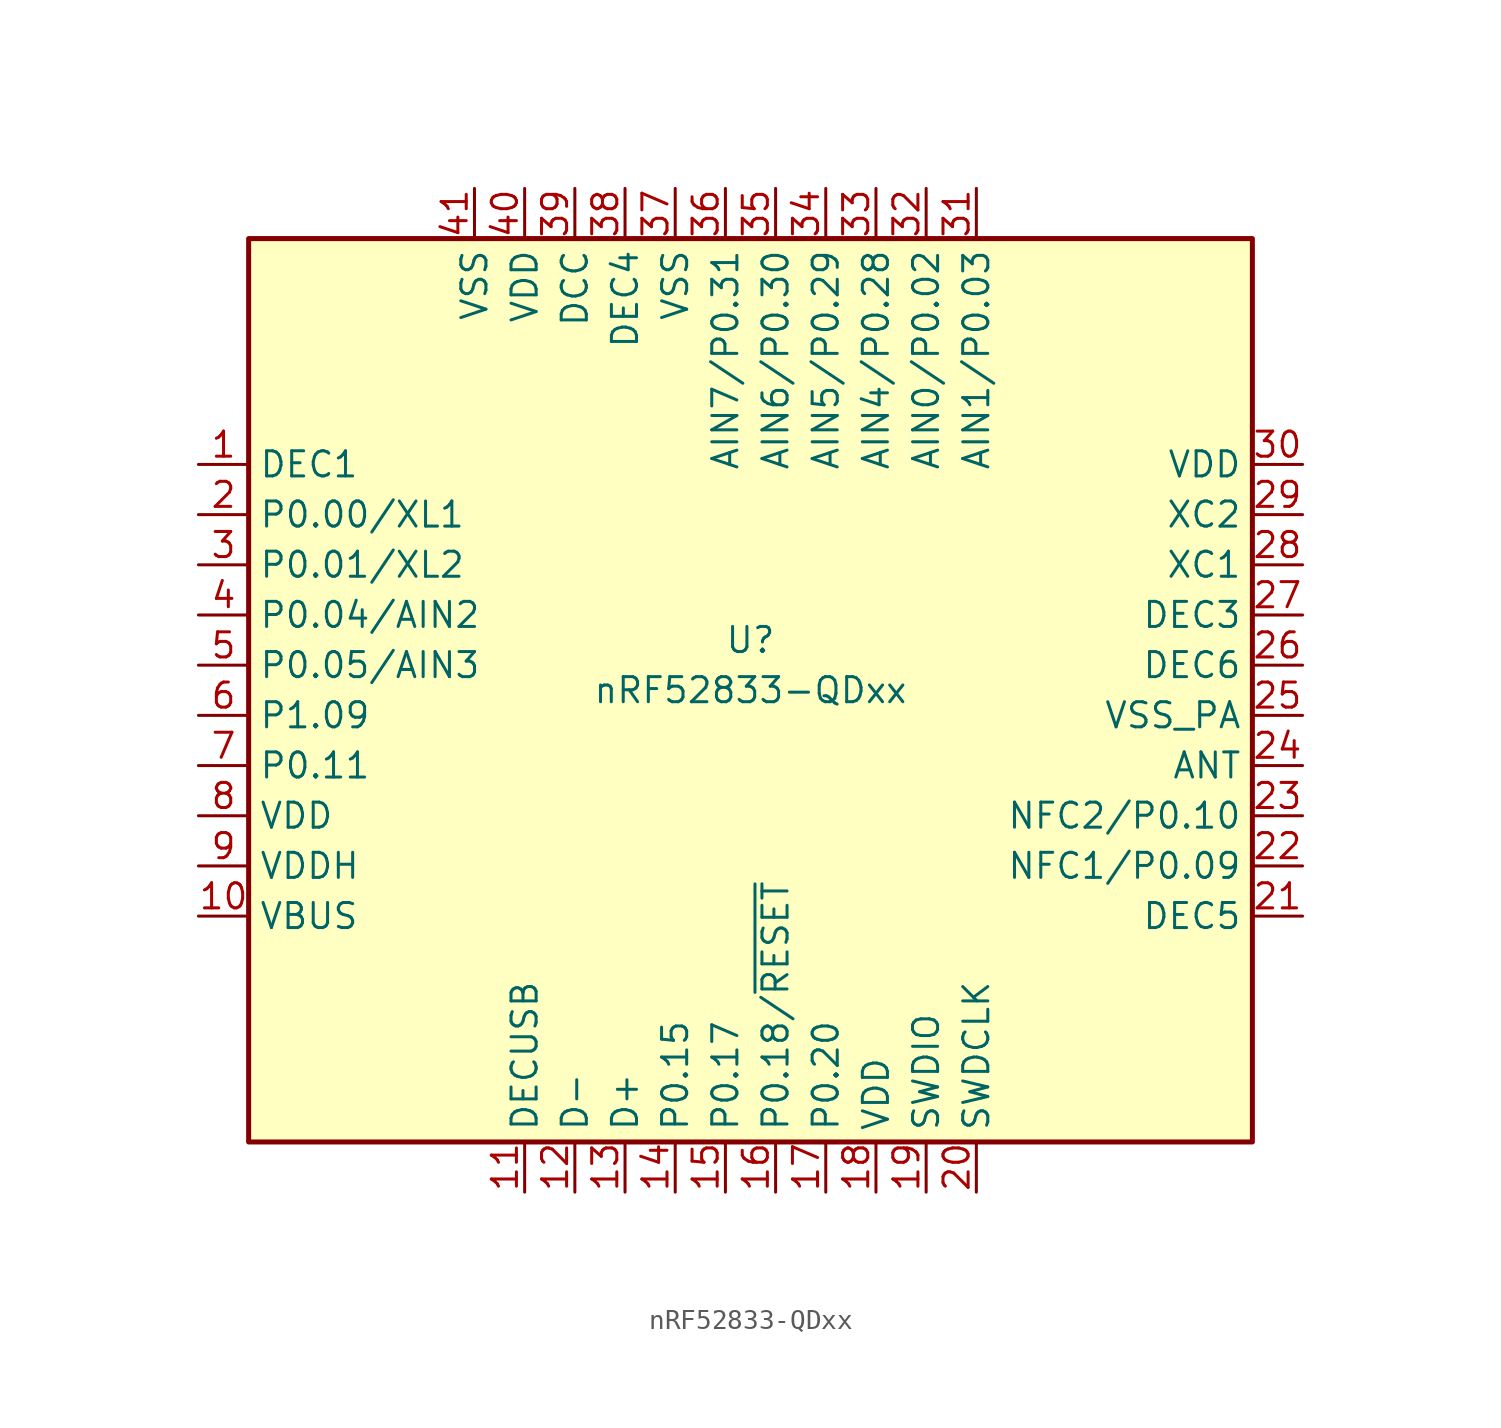
<source format=kicad_sym>
(kicad_symbol_lib
  (version 20231120)
  (generator "kicad_symbol_editor")
  (generator_version "8.0")
  (symbol "nRF52833-QDxx"
    (property "Reference" "U"
      (at 0 2.54 0)
      (effects (font (size 1.27 1.27))))
    (property "Value" "nRF52833-QDxx"
      (at 0 0 0)
      (effects (font (size 1.27 1.27))))
    (symbol "nRF52833-QDxx_0_1"
      (rectangle (start -25.4 22.86) (end 25.4 -22.86) (stroke (width 0.254) (type default)) (fill (type background))))
    (symbol "nRF52833-QDxx_1_1"
      (pin passive line (at -27.94 11.43 0) (length 2.54) (name "DEC1" (effects (font (size 1.27 1.27)))) (number "1" (effects (font (size 1.27 1.27)))))
      (pin power_in line (at -27.94 -11.43 0) (length 2.54) (name "VBUS" (effects (font (size 1.27 1.27)))) (number "10" (effects (font (size 1.27 1.27)))))
      (pin passive line (at -11.43 -25.4 90) (length 2.54) (name "DECUSB" (effects (font (size 1.27 1.27)))) (number "11" (effects (font (size 1.27 1.27)))))
      (pin bidirectional line (at -8.89 -25.4 90) (length 2.54) (name "D-" (effects (font (size 1.27 1.27)))) (number "12" (effects (font (size 1.27 1.27)))))
      (pin bidirectional line (at -6.35 -25.4 90) (length 2.54) (name "D+" (effects (font (size 1.27 1.27)))) (number "13" (effects (font (size 1.27 1.27)))))
      (pin bidirectional line (at -3.81 -25.4 90) (length 2.54) (name "P0.15" (effects (font (size 1.27 1.27)))) (number "14" (effects (font (size 1.27 1.27)))))
      (pin bidirectional line (at -1.27 -25.4 90) (length 2.54) (name "P0.17" (effects (font (size 1.27 1.27)))) (number "15" (effects (font (size 1.27 1.27)))))
      (pin bidirectional line (at 1.27 -25.4 90) (length 2.54) (name "P0.18/~{RESET}" (effects (font (size 1.27 1.27)))) (number "16" (effects (font (size 1.27 1.27)))))
      (pin bidirectional line (at 3.81 -25.4 90) (length 2.54) (name "P0.20" (effects (font (size 1.27 1.27)))) (number "17" (effects (font (size 1.27 1.27)))))
      (pin power_in line (at 6.35 -25.4 90) (length 2.54) (name "VDD" (effects (font (size 1.27 1.27)))) (number "18" (effects (font (size 1.27 1.27)))))
      (pin bidirectional line (at 8.89 -25.4 90) (length 2.54) (name "SWDIO" (effects (font (size 1.27 1.27)))) (number "19" (effects (font (size 1.27 1.27)))))
      (pin bidirectional line (at -27.94 8.89 0) (length 2.54) (name "P0.00/XL1" (effects (font (size 1.27 1.27)))) (number "2" (effects (font (size 1.27 1.27)))))
      (pin input line (at 11.43 -25.4 90) (length 2.54) (name "SWDCLK" (effects (font (size 1.27 1.27)))) (number "20" (effects (font (size 1.27 1.27)))))
      (pin passive line (at 27.94 -11.43 180) (length 2.54) (name "DEC5" (effects (font (size 1.27 1.27)))) (number "21" (effects (font (size 1.27 1.27)))))
      (pin bidirectional line (at 27.94 -8.89 180) (length 2.54) (name "NFC1/P0.09" (effects (font (size 1.27 1.27)))) (number "22" (effects (font (size 1.27 1.27)))))
      (pin bidirectional line (at 27.94 -6.35 180) (length 2.54) (name "NFC2/P0.10" (effects (font (size 1.27 1.27)))) (number "23" (effects (font (size 1.27 1.27)))))
      (pin passive line (at 27.94 -3.81 180) (length 2.54) (name "ANT" (effects (font (size 1.27 1.27)))) (number "24" (effects (font (size 1.27 1.27)))))
      (pin power_in line (at 27.94 -1.27 180) (length 2.54) (name "VSS_PA" (effects (font (size 1.27 1.27)))) (number "25" (effects (font (size 1.27 1.27)))))
      (pin passive line (at 27.94 1.27 180) (length 2.54) (name "DEC6" (effects (font (size 1.27 1.27)))) (number "26" (effects (font (size 1.27 1.27)))))
      (pin passive line (at 27.94 3.81 180) (length 2.54) (name "DEC3" (effects (font (size 1.27 1.27)))) (number "27" (effects (font (size 1.27 1.27)))))
      (pin input line (at 27.94 6.35 180) (length 2.54) (name "XC1" (effects (font (size 1.27 1.27)))) (number "28" (effects (font (size 1.27 1.27)))))
      (pin input line (at 27.94 8.89 180) (length 2.54) (name "XC2" (effects (font (size 1.27 1.27)))) (number "29" (effects (font (size 1.27 1.27)))))
      (pin bidirectional line (at -27.94 6.35 0) (length 2.54) (name "P0.01/XL2" (effects (font (size 1.27 1.27)))) (number "3" (effects (font (size 1.27 1.27)))))
      (pin power_in line (at 27.94 11.43 180) (length 2.54) (name "VDD" (effects (font (size 1.27 1.27)))) (number "30" (effects (font (size 1.27 1.27)))))
      (pin bidirectional line (at 11.43 25.4 270) (length 2.54) (name "AIN1/P0.03" (effects (font (size 1.27 1.27)))) (number "31" (effects (font (size 1.27 1.27)))))
      (pin bidirectional line (at 8.89 25.4 270) (length 2.54) (name "AIN0/P0.02" (effects (font (size 1.27 1.27)))) (number "32" (effects (font (size 1.27 1.27)))))
      (pin bidirectional line (at 6.35 25.4 270) (length 2.54) (name "AIN4/P0.28" (effects (font (size 1.27 1.27)))) (number "33" (effects (font (size 1.27 1.27)))))
      (pin bidirectional line (at 3.81 25.4 270) (length 2.54) (name "AIN5/P0.29" (effects (font (size 1.27 1.27)))) (number "34" (effects (font (size 1.27 1.27)))))
      (pin bidirectional line (at 1.27 25.4 270) (length 2.54) (name "AIN6/P0.30" (effects (font (size 1.27 1.27)))) (number "35" (effects (font (size 1.27 1.27)))))
      (pin bidirectional line (at -1.27 25.4 270) (length 2.54) (name "AIN7/P0.31" (effects (font (size 1.27 1.27)))) (number "36" (effects (font (size 1.27 1.27)))))
      (pin power_in line (at -3.81 25.4 270) (length 2.54) (name "VSS" (effects (font (size 1.27 1.27)))) (number "37" (effects (font (size 1.27 1.27)))))
      (pin passive line (at -6.35 25.4 270) (length 2.54) (name "DEC4" (effects (font (size 1.27 1.27)))) (number "38" (effects (font (size 1.27 1.27)))))
      (pin power_out line (at -8.89 25.4 270) (length 2.54) (name "DCC" (effects (font (size 1.27 1.27)))) (number "39" (effects (font (size 1.27 1.27)))))
      (pin bidirectional line (at -27.94 3.81 0) (length 2.54) (name "P0.04/AIN2" (effects (font (size 1.27 1.27)))) (number "4" (effects (font (size 1.27 1.27)))))
      (pin power_in line (at -11.43 25.4 270) (length 2.54) (name "VDD" (effects (font (size 1.27 1.27)))) (number "40" (effects (font (size 1.27 1.27)))))
      (pin power_in line (at -13.97 25.4 270) (length 2.54) (name "VSS" (effects (font (size 1.27 1.27)))) (number "41" (effects (font (size 1.27 1.27)))))
      (pin bidirectional line (at -27.94 1.27 0) (length 2.54) (name "P0.05/AIN3" (effects (font (size 1.27 1.27)))) (number "5" (effects (font (size 1.27 1.27)))))
      (pin bidirectional line (at -27.94 -1.27 0) (length 2.54) (name "P1.09" (effects (font (size 1.27 1.27)))) (number "6" (effects (font (size 1.27 1.27)))))
      (pin bidirectional line (at -27.94 -3.81 0) (length 2.54) (name "P0.11" (effects (font (size 1.27 1.27)))) (number "7" (effects (font (size 1.27 1.27)))))
      (pin power_in line (at -27.94 -6.35 0) (length 2.54) (name "VDD" (effects (font (size 1.27 1.27)))) (number "8" (effects (font (size 1.27 1.27)))))
      (pin power_in line (at -27.94 -8.89 0) (length 2.54) (name "VDDH" (effects (font (size 1.27 1.27)))) (number "9" (effects (font (size 1.27 1.27))))))))
</source>
